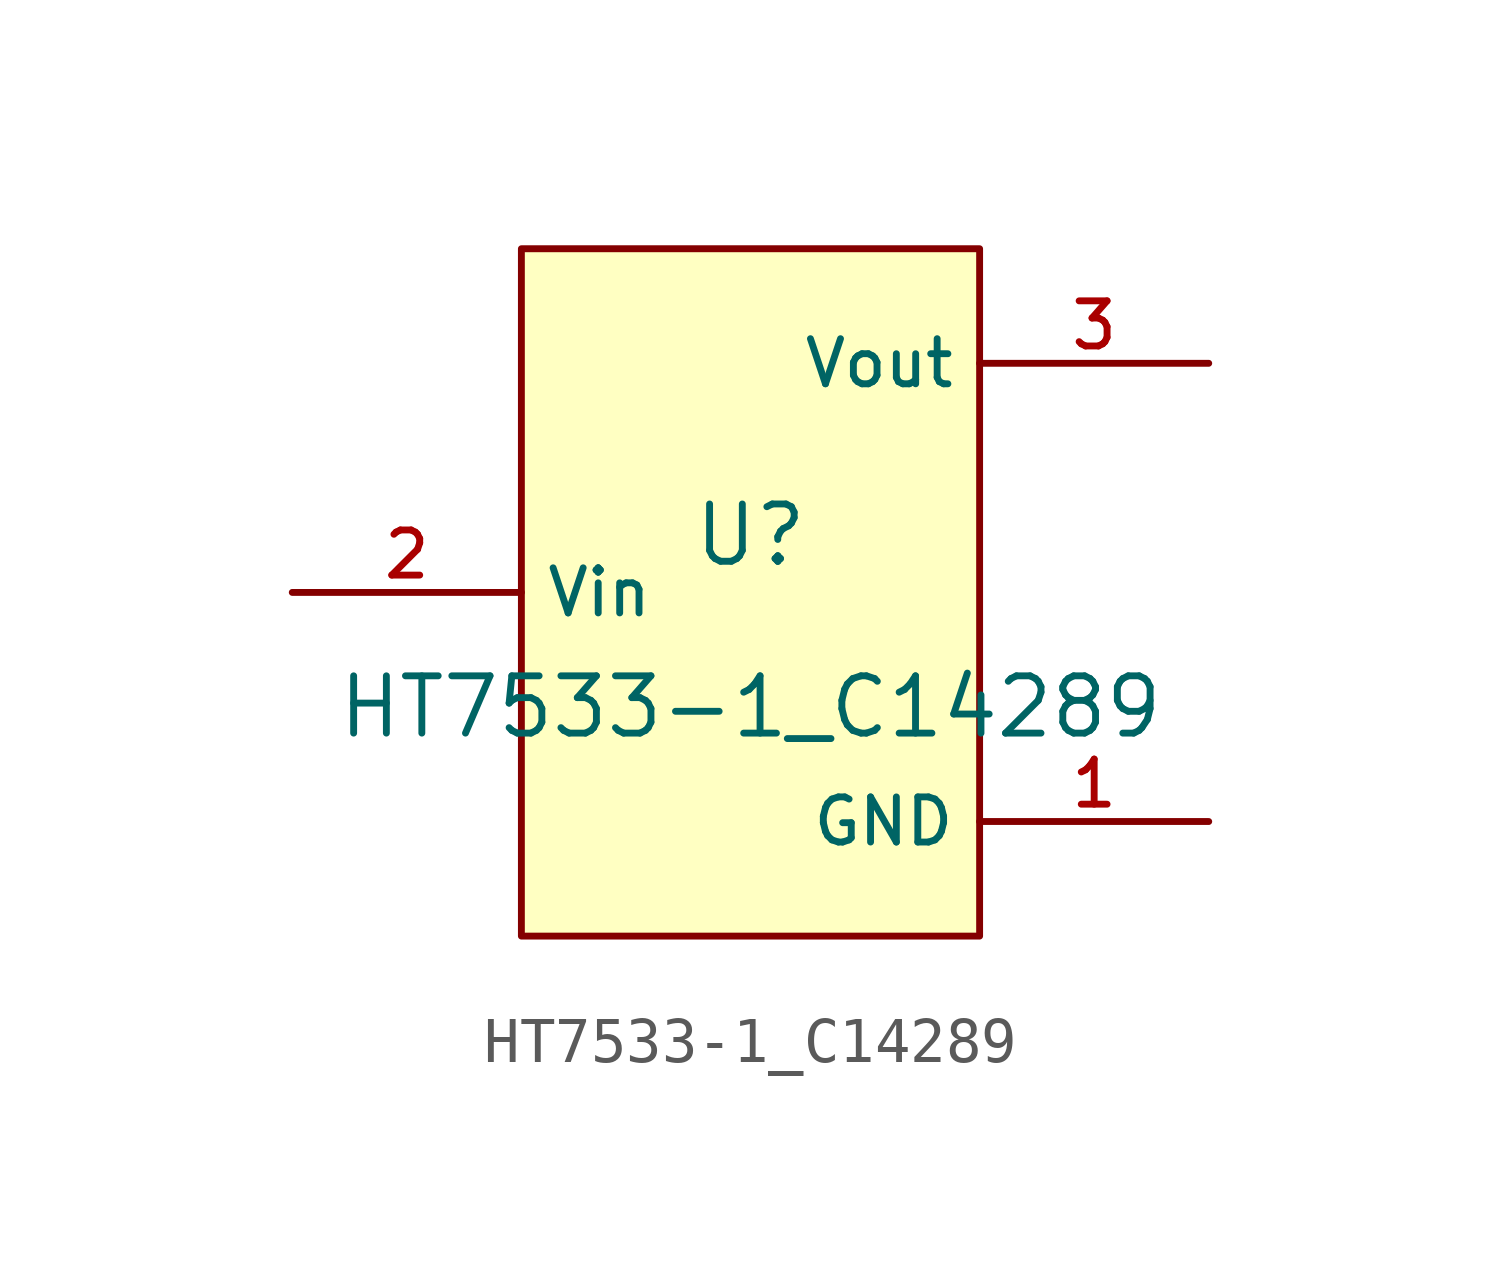
<source format=kicad_sym>
(kicad_symbol_lib
  (version 20210201)
  (generator TousstNicolas/JLC2KiCad_lib)
  (symbol "HT7533-1_C14289"
    (property "Reference" "U"
      (at 0 1.27 0)
      (effects (font (size 1.27 1.27))))
    (property "Value" "HT7533-1_C14289"
      (at 0 -2.54 0)
      (effects (font (size 1.27 1.27))))
    (symbol "HT7533-1_C14289_0_1"
      (pin unspecified line (at 10.16 -5.08 180) (length 5.08) (name "GND" (effects (font (size 1 1)))) (number "1" (effects (font (size 1 1)))))
      (pin unspecified line (at -10.16 -0.0 0) (length 5.08) (name "Vin" (effects (font (size 1 1)))) (number "2" (effects (font (size 1 1)))))
      (pin unspecified line (at 10.16 5.08 180) (length 5.08) (name "Vout" (effects (font (size 1 1)))) (number "3" (effects (font (size 1 1)))))
      (rectangle (start -5.08 7.62) (end 5.08 -7.62) (stroke (width 0) (type default) (color 0 0 0 0)) (fill (type background))))))
</source>
